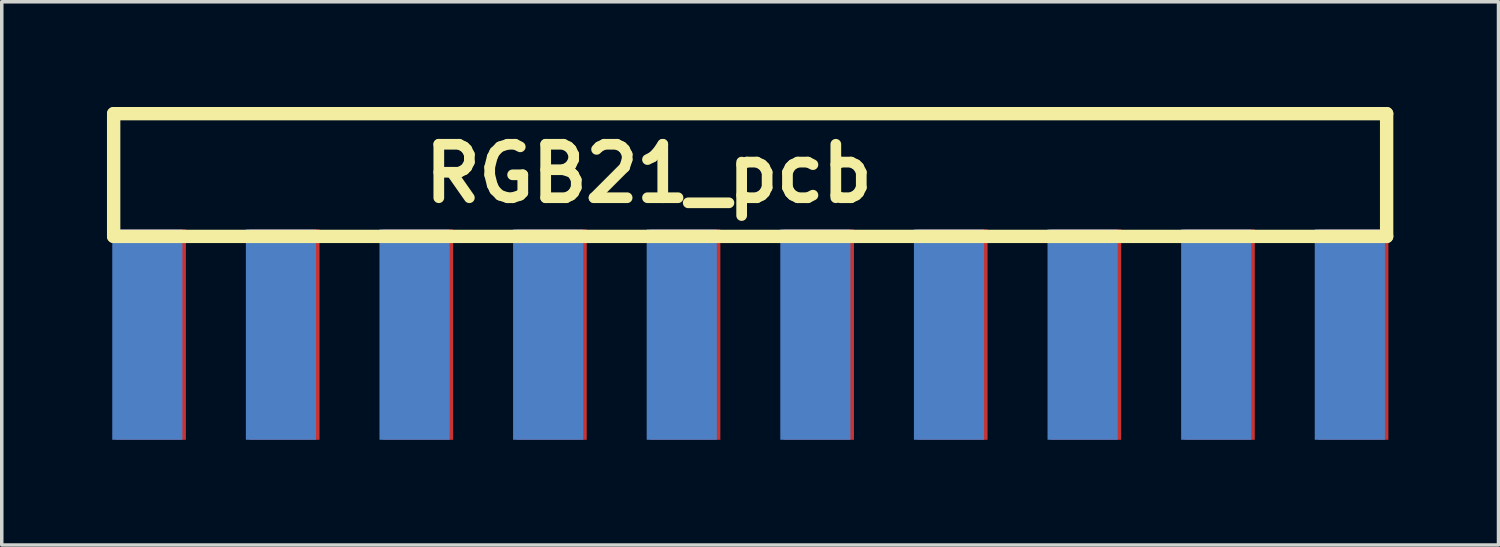
<source format=kicad_pcb>
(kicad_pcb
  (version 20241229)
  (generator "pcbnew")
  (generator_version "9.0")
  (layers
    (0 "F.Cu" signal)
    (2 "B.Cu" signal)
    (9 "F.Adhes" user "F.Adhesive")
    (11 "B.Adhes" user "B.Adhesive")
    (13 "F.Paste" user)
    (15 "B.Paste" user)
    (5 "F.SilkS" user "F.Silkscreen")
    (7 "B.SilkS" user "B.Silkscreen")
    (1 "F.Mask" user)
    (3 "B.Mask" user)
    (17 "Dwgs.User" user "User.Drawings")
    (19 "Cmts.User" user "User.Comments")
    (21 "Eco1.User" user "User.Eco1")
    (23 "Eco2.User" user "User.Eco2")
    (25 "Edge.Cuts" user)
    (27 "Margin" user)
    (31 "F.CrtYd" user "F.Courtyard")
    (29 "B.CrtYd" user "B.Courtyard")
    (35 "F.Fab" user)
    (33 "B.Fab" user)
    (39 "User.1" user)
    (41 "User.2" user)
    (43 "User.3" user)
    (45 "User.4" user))
  (footprint "RGB21_pcb"
    (layer "F.Cu")
    (at 16.491 8.691)
    (property "Reference" "RGB21_pcb" (at -1.041 -6.792 180) (layer "F.SilkS") (effects (font (size 1.524 1.524) (thickness 0.305))))
    (attr through_hole)
    (fp_line (start -16.3 -8.5) (end 20 -8.5) (stroke (width 0.381) (type solid)) (layer "F.SilkS"))
    (fp_line (start -16.3 -5) (end -16.3 -8.5) (stroke (width 0.381) (type solid)) (layer "F.SilkS"))
    (fp_line (start -16.3 -5) (end 20 -5) (stroke (width 0.381) (type solid)) (layer "F.SilkS"))
    (fp_line (start 20 -8.5) (end 20 -5) (stroke (width 0.381) (type solid)) (layer "F.SilkS"))
    (pad "1" connect custom (at 19.05 -2.2) (size 2 6) (layers "F.Cu" "F.Mask") (options (anchor rect)) (primitives))
    (pad "2" connect custom (at 18.95 -2.2) (size 2 6) (layers "B.Cu" "B.Mask") (options (anchor rect)) (primitives))
    (pad "3" connect custom (at 15.24 -2.2) (size 2 6) (layers "F.Cu" "F.Mask") (options (anchor rect)) (primitives))
    (pad "4" connect custom (at 15.14 -2.2) (size 2 6) (layers "B.Cu" "B.Mask") (options (anchor rect)) (primitives))
    (pad "5" connect custom (at 11.43 -2.2) (size 2 6) (layers "F.Cu" "F.Mask") (options (anchor rect)) (primitives))
    (pad "6" connect custom (at 11.33 -2.2) (size 2 6) (layers "B.Cu" "B.Mask") (options (anchor rect)) (primitives))
    (pad "7" connect custom (at 7.62 -2.2) (size 2 6) (layers "F.Cu" "F.Mask") (options (anchor rect)) (primitives))
    (pad "8" connect custom (at 7.52 -2.2) (size 2 6) (layers "B.Cu" "B.Mask") (options (anchor rect)) (primitives))
    (pad "9" connect custom (at 3.81 -2.2) (size 2 6) (layers "F.Cu" "F.Mask") (options (anchor rect)) (primitives))
    (pad "10" connect custom (at 3.71 -2.2) (size 2 6) (layers "B.Cu" "B.Mask") (options (anchor rect)) (primitives))
    (pad "11" connect custom (at 0 -2.2) (size 2 6) (layers "F.Cu" "F.Mask") (options (anchor rect)) (primitives))
    (pad "12" connect custom (at -0.1 -2.2) (size 2 6) (layers "B.Cu" "B.Mask") (options (anchor rect)) (primitives))
    (pad "13" connect custom (at -3.81 -2.2) (size 2 6) (layers "F.Cu" "F.Mask") (options (anchor rect)) (primitives))
    (pad "14" connect custom (at -3.91 -2.2) (size 2 6) (layers "B.Cu" "B.Mask") (options (anchor rect)) (primitives))
    (pad "15" connect custom (at -7.62 -2.2) (size 2 6) (layers "F.Cu" "F.Mask") (options (anchor rect)) (primitives))
    (pad "16" connect custom (at -7.72 -2.2) (size 2 6) (layers "B.Cu" "B.Mask") (options (anchor rect)) (primitives))
    (pad "17" connect custom (at -11.43 -2.2) (size 2 6) (layers "F.Cu" "F.Mask") (options (anchor rect)) (primitives))
    (pad "18" connect custom (at -11.53 -2.2) (size 2 6) (layers "B.Cu" "B.Mask") (options (anchor rect)) (primitives))
    (pad "19" connect custom (at -15.24 -2.2) (size 2 6) (layers "F.Cu" "F.Mask") (options (anchor rect)) (primitives))
    (pad "20" connect custom (at -15.34 -2.2) (size 2 6) (layers "B.Cu" "B.Mask") (options (anchor rect)) (primitives)))
  (gr_rect
    (start -3 -3)
    (end 39.681 12.491)
    (stroke (width 0.1) (type default))
    (fill no)
    (layer "Edge.Cuts")))
</source>
